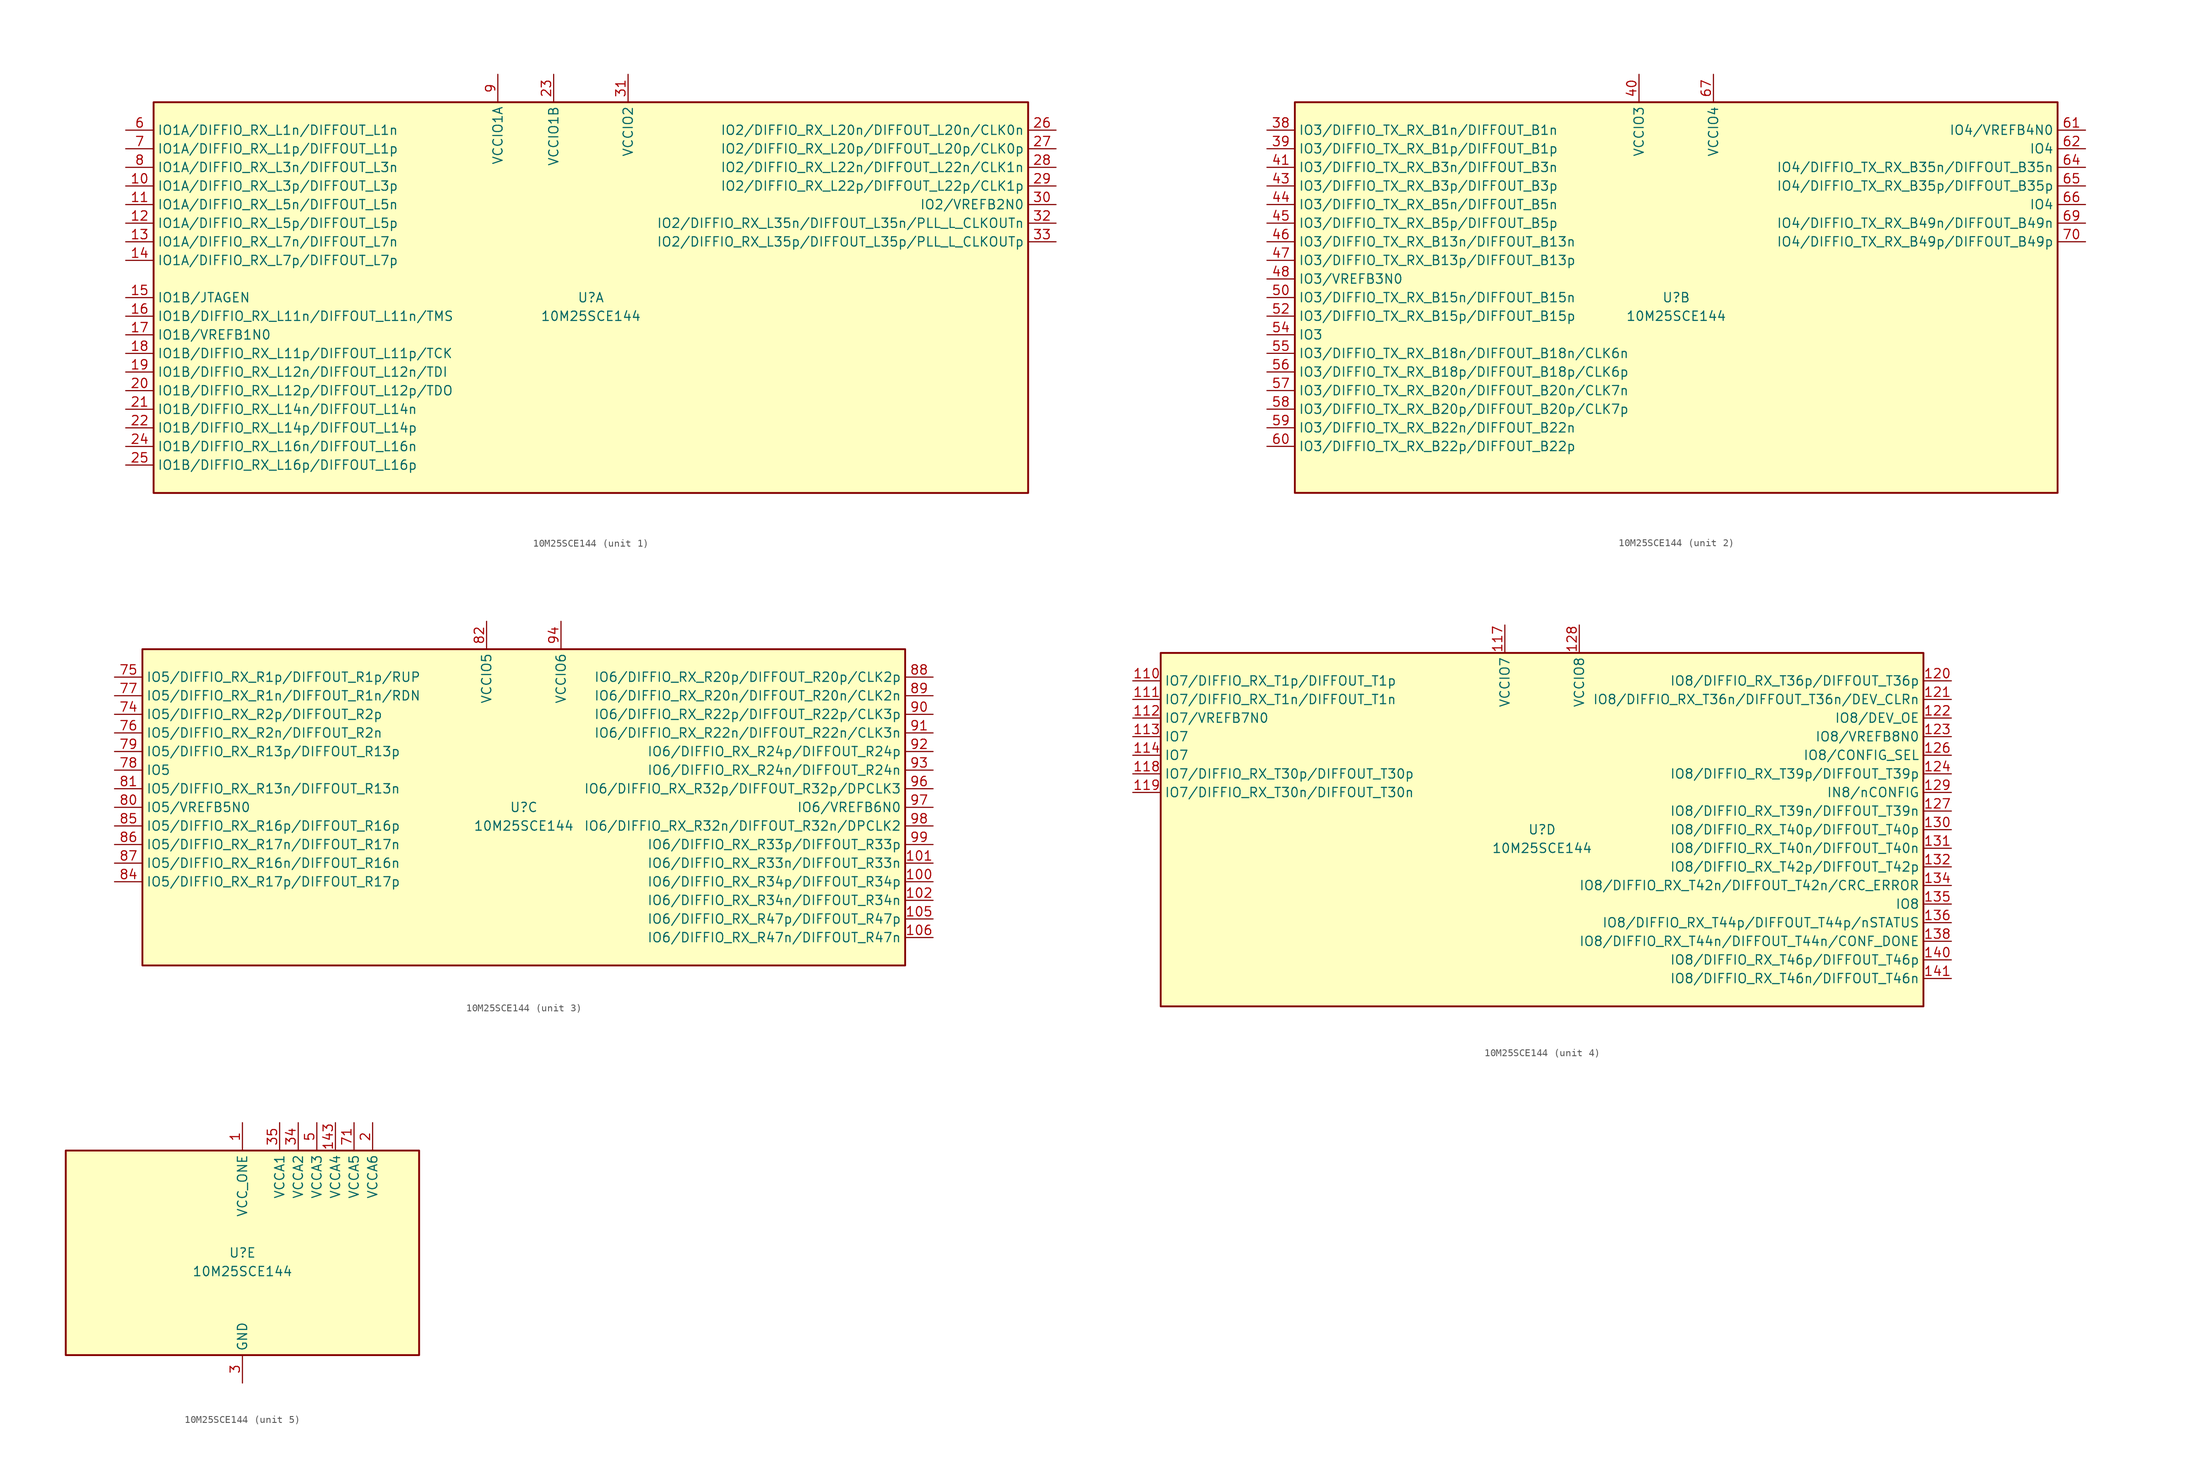
<source format=kicad_sym>
(kicad_symbol_lib
  (version 20220914)
  (generator kicad_symbol_editor)
  (symbol "10M25SCE144"
    (property "Reference" "U"
      (at 0 0 0)
      (effects (font (size 1.27 1.27))))
    (property "Value" "10M25SCE144"
      (at 0 -2.54 0)
      (effects (font (size 1.27 1.27))))
    (property "ki_locked" ""
      (at 0 0 0)
      (effects (font (size 1.27 1.27))))
    (symbol "10M25SCE144_1_1"
      (rectangle (start -59.69 26.67) (end 59.69 -26.67) (stroke (width 0.254) (type default)) (fill (type background)))
      (pin bidirectional line (at -63.5 15.24 0) (length 3.81) (name "IO1A/DIFFIO_RX_L3p/DIFFOUT_L3p" (effects (font (size 1.27 1.27)))) (number "10" (effects (font (size 1.27 1.27)))))
      (pin bidirectional line (at -63.5 12.7 0) (length 3.81) (name "IO1A/DIFFIO_RX_L5n/DIFFOUT_L5n" (effects (font (size 1.27 1.27)))) (number "11" (effects (font (size 1.27 1.27)))))
      (pin bidirectional line (at -63.5 10.16 0) (length 3.81) (name "IO1A/DIFFIO_RX_L5p/DIFFOUT_L5p" (effects (font (size 1.27 1.27)))) (number "12" (effects (font (size 1.27 1.27)))))
      (pin bidirectional line (at -63.5 7.62 0) (length 3.81) (name "IO1A/DIFFIO_RX_L7n/DIFFOUT_L7n" (effects (font (size 1.27 1.27)))) (number "13" (effects (font (size 1.27 1.27)))))
      (pin bidirectional line (at -63.5 5.08 0) (length 3.81) (name "IO1A/DIFFIO_RX_L7p/DIFFOUT_L7p" (effects (font (size 1.27 1.27)))) (number "14" (effects (font (size 1.27 1.27)))))
      (pin bidirectional line (at -63.5 0 0) (length 3.81) (name "IO1B/JTAGEN" (effects (font (size 1.27 1.27)))) (number "15" (effects (font (size 1.27 1.27)))))
      (pin bidirectional line (at -63.5 -2.54 0) (length 3.81) (name "IO1B/DIFFIO_RX_L11n/DIFFOUT_L11n/TMS" (effects (font (size 1.27 1.27)))) (number "16" (effects (font (size 1.27 1.27)))))
      (pin bidirectional line (at -63.5 -5.08 0) (length 3.81) (name "IO1B/VREFB1N0" (effects (font (size 1.27 1.27)))) (number "17" (effects (font (size 1.27 1.27)))))
      (pin bidirectional line (at -63.5 -7.62 0) (length 3.81) (name "IO1B/DIFFIO_RX_L11p/DIFFOUT_L11p/TCK" (effects (font (size 1.27 1.27)))) (number "18" (effects (font (size 1.27 1.27)))))
      (pin bidirectional line (at -63.5 -10.16 0) (length 3.81) (name "IO1B/DIFFIO_RX_L12n/DIFFOUT_L12n/TDI" (effects (font (size 1.27 1.27)))) (number "19" (effects (font (size 1.27 1.27)))))
      (pin bidirectional line (at -63.5 -12.7 0) (length 3.81) (name "IO1B/DIFFIO_RX_L12p/DIFFOUT_L12p/TDO" (effects (font (size 1.27 1.27)))) (number "20" (effects (font (size 1.27 1.27)))))
      (pin bidirectional line (at -63.5 -15.24 0) (length 3.81) (name "IO1B/DIFFIO_RX_L14n/DIFFOUT_L14n" (effects (font (size 1.27 1.27)))) (number "21" (effects (font (size 1.27 1.27)))))
      (pin bidirectional line (at -63.5 -17.78 0) (length 3.81) (name "IO1B/DIFFIO_RX_L14p/DIFFOUT_L14p" (effects (font (size 1.27 1.27)))) (number "22" (effects (font (size 1.27 1.27)))))
      (pin power_in line (at -5.08 30.48 270) (length 3.81) (name "VCCIO1B" (effects (font (size 1.27 1.27)))) (number "23" (effects (font (size 1.27 1.27)))))
      (pin bidirectional line (at -63.5 -20.32 0) (length 3.81) (name "IO1B/DIFFIO_RX_L16n/DIFFOUT_L16n" (effects (font (size 1.27 1.27)))) (number "24" (effects (font (size 1.27 1.27)))))
      (pin bidirectional line (at -63.5 -22.86 0) (length 3.81) (name "IO1B/DIFFIO_RX_L16p/DIFFOUT_L16p" (effects (font (size 1.27 1.27)))) (number "25" (effects (font (size 1.27 1.27)))))
      (pin bidirectional line (at 63.5 22.86 180) (length 3.81) (name "IO2/DIFFIO_RX_L20n/DIFFOUT_L20n/CLK0n" (effects (font (size 1.27 1.27)))) (number "26" (effects (font (size 1.27 1.27)))))
      (pin bidirectional line (at 63.5 20.32 180) (length 3.81) (name "IO2/DIFFIO_RX_L20p/DIFFOUT_L20p/CLK0p" (effects (font (size 1.27 1.27)))) (number "27" (effects (font (size 1.27 1.27)))))
      (pin bidirectional line (at 63.5 17.78 180) (length 3.81) (name "IO2/DIFFIO_RX_L22n/DIFFOUT_L22n/CLK1n" (effects (font (size 1.27 1.27)))) (number "28" (effects (font (size 1.27 1.27)))))
      (pin bidirectional line (at 63.5 15.24 180) (length 3.81) (name "IO2/DIFFIO_RX_L22p/DIFFOUT_L22p/CLK1p" (effects (font (size 1.27 1.27)))) (number "29" (effects (font (size 1.27 1.27)))))
      (pin bidirectional line (at 63.5 12.7 180) (length 3.81) (name "IO2/VREFB2N0" (effects (font (size 1.27 1.27)))) (number "30" (effects (font (size 1.27 1.27)))))
      (pin power_in line (at 5.08 30.48 270) (length 3.81) (name "VCCIO2" (effects (font (size 1.27 1.27)))) (number "31" (effects (font (size 1.27 1.27)))))
      (pin bidirectional line (at 63.5 10.16 180) (length 3.81) (name "IO2/DIFFIO_RX_L35n/DIFFOUT_L35n/PLL_L_CLKOUTn" (effects (font (size 1.27 1.27)))) (number "32" (effects (font (size 1.27 1.27)))))
      (pin bidirectional line (at 63.5 7.62 180) (length 3.81) (name "IO2/DIFFIO_RX_L35p/DIFFOUT_L35p/PLL_L_CLKOUTp" (effects (font (size 1.27 1.27)))) (number "33" (effects (font (size 1.27 1.27)))))
      (pin bidirectional line (at -63.5 22.86 0) (length 3.81) (name "IO1A/DIFFIO_RX_L1n/DIFFOUT_L1n" (effects (font (size 1.27 1.27)))) (number "6" (effects (font (size 1.27 1.27)))))
      (pin bidirectional line (at -63.5 20.32 0) (length 3.81) (name "IO1A/DIFFIO_RX_L1p/DIFFOUT_L1p" (effects (font (size 1.27 1.27)))) (number "7" (effects (font (size 1.27 1.27)))))
      (pin bidirectional line (at -63.5 17.78 0) (length 3.81) (name "IO1A/DIFFIO_RX_L3n/DIFFOUT_L3n" (effects (font (size 1.27 1.27)))) (number "8" (effects (font (size 1.27 1.27)))))
      (pin power_in line (at -12.7 30.48 270) (length 3.81) (name "VCCIO1A" (effects (font (size 1.27 1.27)))) (number "9" (effects (font (size 1.27 1.27))))))
    (symbol "10M25SCE144_2_1"
      (rectangle (start -52.07 26.67) (end 52.07 -26.67) (stroke (width 0.254) (type default)) (fill (type background)))
      (pin bidirectional line (at -55.88 22.86 0) (length 3.81) (name "IO3/DIFFIO_TX_RX_B1n/DIFFOUT_B1n" (effects (font (size 1.27 1.27)))) (number "38" (effects (font (size 1.27 1.27)))))
      (pin bidirectional line (at -55.88 20.32 0) (length 3.81) (name "IO3/DIFFIO_TX_RX_B1p/DIFFOUT_B1p" (effects (font (size 1.27 1.27)))) (number "39" (effects (font (size 1.27 1.27)))))
      (pin power_in line (at -5.08 30.48 270) (length 3.81) (name "VCCIO3" (effects (font (size 1.27 1.27)))) (number "40" (effects (font (size 1.27 1.27)))))
      (pin bidirectional line (at -55.88 17.78 0) (length 3.81) (name "IO3/DIFFIO_TX_RX_B3n/DIFFOUT_B3n" (effects (font (size 1.27 1.27)))) (number "41" (effects (font (size 1.27 1.27)))))
      (pin bidirectional line (at -55.88 15.24 0) (length 3.81) (name "IO3/DIFFIO_TX_RX_B3p/DIFFOUT_B3p" (effects (font (size 1.27 1.27)))) (number "43" (effects (font (size 1.27 1.27)))))
      (pin bidirectional line (at -55.88 12.7 0) (length 3.81) (name "IO3/DIFFIO_TX_RX_B5n/DIFFOUT_B5n" (effects (font (size 1.27 1.27)))) (number "44" (effects (font (size 1.27 1.27)))))
      (pin bidirectional line (at -55.88 10.16 0) (length 3.81) (name "IO3/DIFFIO_TX_RX_B5p/DIFFOUT_B5p" (effects (font (size 1.27 1.27)))) (number "45" (effects (font (size 1.27 1.27)))))
      (pin bidirectional line (at -55.88 7.62 0) (length 3.81) (name "IO3/DIFFIO_TX_RX_B13n/DIFFOUT_B13n" (effects (font (size 1.27 1.27)))) (number "46" (effects (font (size 1.27 1.27)))))
      (pin bidirectional line (at -55.88 5.08 0) (length 3.81) (name "IO3/DIFFIO_TX_RX_B13p/DIFFOUT_B13p" (effects (font (size 1.27 1.27)))) (number "47" (effects (font (size 1.27 1.27)))))
      (pin bidirectional line (at -55.88 2.54 0) (length 3.81) (name "IO3/VREFB3N0" (effects (font (size 1.27 1.27)))) (number "48" (effects (font (size 1.27 1.27)))))
      (pin passive line (at -5.08 30.48 270) (length 3.81) hide (name "VCCIO3" (effects (font (size 1.27 1.27)))) (number "49" (effects (font (size 1.27 1.27)))))
      (pin bidirectional line (at -55.88 0 0) (length 3.81) (name "IO3/DIFFIO_TX_RX_B15n/DIFFOUT_B15n" (effects (font (size 1.27 1.27)))) (number "50" (effects (font (size 1.27 1.27)))))
      (pin bidirectional line (at -55.88 -2.54 0) (length 3.81) (name "IO3/DIFFIO_TX_RX_B15p/DIFFOUT_B15p" (effects (font (size 1.27 1.27)))) (number "52" (effects (font (size 1.27 1.27)))))
      (pin bidirectional line (at -55.88 -5.08 0) (length 3.81) (name "IO3" (effects (font (size 1.27 1.27)))) (number "54" (effects (font (size 1.27 1.27)))))
      (pin bidirectional line (at -55.88 -7.62 0) (length 3.81) (name "IO3/DIFFIO_TX_RX_B18n/DIFFOUT_B18n/CLK6n" (effects (font (size 1.27 1.27)))) (number "55" (effects (font (size 1.27 1.27)))))
      (pin bidirectional line (at -55.88 -10.16 0) (length 3.81) (name "IO3/DIFFIO_TX_RX_B18p/DIFFOUT_B18p/CLK6p" (effects (font (size 1.27 1.27)))) (number "56" (effects (font (size 1.27 1.27)))))
      (pin bidirectional line (at -55.88 -12.7 0) (length 3.81) (name "IO3/DIFFIO_TX_RX_B20n/DIFFOUT_B20n/CLK7n" (effects (font (size 1.27 1.27)))) (number "57" (effects (font (size 1.27 1.27)))))
      (pin bidirectional line (at -55.88 -15.24 0) (length 3.81) (name "IO3/DIFFIO_TX_RX_B20p/DIFFOUT_B20p/CLK7p" (effects (font (size 1.27 1.27)))) (number "58" (effects (font (size 1.27 1.27)))))
      (pin bidirectional line (at -55.88 -17.78 0) (length 3.81) (name "IO3/DIFFIO_TX_RX_B22n/DIFFOUT_B22n" (effects (font (size 1.27 1.27)))) (number "59" (effects (font (size 1.27 1.27)))))
      (pin bidirectional line (at -55.88 -20.32 0) (length 3.81) (name "IO3/DIFFIO_TX_RX_B22p/DIFFOUT_B22p" (effects (font (size 1.27 1.27)))) (number "60" (effects (font (size 1.27 1.27)))))
      (pin bidirectional line (at 55.88 22.86 180) (length 3.81) (name "IO4/VREFB4N0" (effects (font (size 1.27 1.27)))) (number "61" (effects (font (size 1.27 1.27)))))
      (pin bidirectional line (at 55.88 20.32 180) (length 3.81) (name "IO4" (effects (font (size 1.27 1.27)))) (number "62" (effects (font (size 1.27 1.27)))))
      (pin bidirectional line (at 55.88 17.78 180) (length 3.81) (name "IO4/DIFFIO_TX_RX_B35n/DIFFOUT_B35n" (effects (font (size 1.27 1.27)))) (number "64" (effects (font (size 1.27 1.27)))))
      (pin bidirectional line (at 55.88 15.24 180) (length 3.81) (name "IO4/DIFFIO_TX_RX_B35p/DIFFOUT_B35p" (effects (font (size 1.27 1.27)))) (number "65" (effects (font (size 1.27 1.27)))))
      (pin bidirectional line (at 55.88 12.7 180) (length 3.81) (name "IO4" (effects (font (size 1.27 1.27)))) (number "66" (effects (font (size 1.27 1.27)))))
      (pin power_in line (at 5.08 30.48 270) (length 3.81) (name "VCCIO4" (effects (font (size 1.27 1.27)))) (number "67" (effects (font (size 1.27 1.27)))))
      (pin bidirectional line (at 55.88 10.16 180) (length 3.81) (name "IO4/DIFFIO_TX_RX_B49n/DIFFOUT_B49n" (effects (font (size 1.27 1.27)))) (number "69" (effects (font (size 1.27 1.27)))))
      (pin bidirectional line (at 55.88 7.62 180) (length 3.81) (name "IO4/DIFFIO_TX_RX_B49p/DIFFOUT_B49p" (effects (font (size 1.27 1.27)))) (number "70" (effects (font (size 1.27 1.27))))))
    (symbol "10M25SCE144_3_1"
      (rectangle (start -52.07 21.59) (end 52.07 -21.59) (stroke (width 0.254) (type default)) (fill (type background)))
      (pin bidirectional line (at 55.88 -10.16 180) (length 3.81) (name "IO6/DIFFIO_RX_R34p/DIFFOUT_R34p" (effects (font (size 1.27 1.27)))) (number "100" (effects (font (size 1.27 1.27)))))
      (pin bidirectional line (at 55.88 -7.62 180) (length 3.81) (name "IO6/DIFFIO_RX_R33n/DIFFOUT_R33n" (effects (font (size 1.27 1.27)))) (number "101" (effects (font (size 1.27 1.27)))))
      (pin bidirectional line (at 55.88 -12.7 180) (length 3.81) (name "IO6/DIFFIO_RX_R34n/DIFFOUT_R34n" (effects (font (size 1.27 1.27)))) (number "102" (effects (font (size 1.27 1.27)))))
      (pin passive line (at 5.08 25.4 270) (length 3.81) hide (name "VCCIO6" (effects (font (size 1.27 1.27)))) (number "103" (effects (font (size 1.27 1.27)))))
      (pin bidirectional line (at 55.88 -15.24 180) (length 3.81) (name "IO6/DIFFIO_RX_R47p/DIFFOUT_R47p" (effects (font (size 1.27 1.27)))) (number "105" (effects (font (size 1.27 1.27)))))
      (pin bidirectional line (at 55.88 -17.78 180) (length 3.81) (name "IO6/DIFFIO_RX_R47n/DIFFOUT_R47n" (effects (font (size 1.27 1.27)))) (number "106" (effects (font (size 1.27 1.27)))))
      (pin bidirectional line (at -55.88 12.7 0) (length 3.81) (name "IO5/DIFFIO_RX_R2p/DIFFOUT_R2p" (effects (font (size 1.27 1.27)))) (number "74" (effects (font (size 1.27 1.27)))))
      (pin bidirectional line (at -55.88 17.78 0) (length 3.81) (name "IO5/DIFFIO_RX_R1p/DIFFOUT_R1p/RUP" (effects (font (size 1.27 1.27)))) (number "75" (effects (font (size 1.27 1.27)))))
      (pin bidirectional line (at -55.88 10.16 0) (length 3.81) (name "IO5/DIFFIO_RX_R2n/DIFFOUT_R2n" (effects (font (size 1.27 1.27)))) (number "76" (effects (font (size 1.27 1.27)))))
      (pin bidirectional line (at -55.88 15.24 0) (length 3.81) (name "IO5/DIFFIO_RX_R1n/DIFFOUT_R1n/RDN" (effects (font (size 1.27 1.27)))) (number "77" (effects (font (size 1.27 1.27)))))
      (pin bidirectional line (at -55.88 5.08 0) (length 3.81) (name "IO5" (effects (font (size 1.27 1.27)))) (number "78" (effects (font (size 1.27 1.27)))))
      (pin bidirectional line (at -55.88 7.62 0) (length 3.81) (name "IO5/DIFFIO_RX_R13p/DIFFOUT_R13p" (effects (font (size 1.27 1.27)))) (number "79" (effects (font (size 1.27 1.27)))))
      (pin bidirectional line (at -55.88 0 0) (length 3.81) (name "IO5/VREFB5N0" (effects (font (size 1.27 1.27)))) (number "80" (effects (font (size 1.27 1.27)))))
      (pin bidirectional line (at -55.88 2.54 0) (length 3.81) (name "IO5/DIFFIO_RX_R13n/DIFFOUT_R13n" (effects (font (size 1.27 1.27)))) (number "81" (effects (font (size 1.27 1.27)))))
      (pin power_in line (at -5.08 25.4 270) (length 3.81) (name "VCCIO5" (effects (font (size 1.27 1.27)))) (number "82" (effects (font (size 1.27 1.27)))))
      (pin bidirectional line (at -55.88 -10.16 0) (length 3.81) (name "IO5/DIFFIO_RX_R17p/DIFFOUT_R17p" (effects (font (size 1.27 1.27)))) (number "84" (effects (font (size 1.27 1.27)))))
      (pin bidirectional line (at -55.88 -2.54 0) (length 3.81) (name "IO5/DIFFIO_RX_R16p/DIFFOUT_R16p" (effects (font (size 1.27 1.27)))) (number "85" (effects (font (size 1.27 1.27)))))
      (pin bidirectional line (at -55.88 -5.08 0) (length 3.81) (name "IO5/DIFFIO_RX_R17n/DIFFOUT_R17n" (effects (font (size 1.27 1.27)))) (number "86" (effects (font (size 1.27 1.27)))))
      (pin bidirectional line (at -55.88 -7.62 0) (length 3.81) (name "IO5/DIFFIO_RX_R16n/DIFFOUT_R16n" (effects (font (size 1.27 1.27)))) (number "87" (effects (font (size 1.27 1.27)))))
      (pin bidirectional line (at 55.88 17.78 180) (length 3.81) (name "IO6/DIFFIO_RX_R20p/DIFFOUT_R20p/CLK2p" (effects (font (size 1.27 1.27)))) (number "88" (effects (font (size 1.27 1.27)))))
      (pin bidirectional line (at 55.88 15.24 180) (length 3.81) (name "IO6/DIFFIO_RX_R20n/DIFFOUT_R20n/CLK2n" (effects (font (size 1.27 1.27)))) (number "89" (effects (font (size 1.27 1.27)))))
      (pin bidirectional line (at 55.88 12.7 180) (length 3.81) (name "IO6/DIFFIO_RX_R22p/DIFFOUT_R22p/CLK3p" (effects (font (size 1.27 1.27)))) (number "90" (effects (font (size 1.27 1.27)))))
      (pin bidirectional line (at 55.88 10.16 180) (length 3.81) (name "IO6/DIFFIO_RX_R22n/DIFFOUT_R22n/CLK3n" (effects (font (size 1.27 1.27)))) (number "91" (effects (font (size 1.27 1.27)))))
      (pin bidirectional line (at 55.88 7.62 180) (length 3.81) (name "IO6/DIFFIO_RX_R24p/DIFFOUT_R24p" (effects (font (size 1.27 1.27)))) (number "92" (effects (font (size 1.27 1.27)))))
      (pin bidirectional line (at 55.88 5.08 180) (length 3.81) (name "IO6/DIFFIO_RX_R24n/DIFFOUT_R24n" (effects (font (size 1.27 1.27)))) (number "93" (effects (font (size 1.27 1.27)))))
      (pin power_in line (at 5.08 25.4 270) (length 3.81) (name "VCCIO6" (effects (font (size 1.27 1.27)))) (number "94" (effects (font (size 1.27 1.27)))))
      (pin bidirectional line (at 55.88 2.54 180) (length 3.81) (name "IO6/DIFFIO_RX_R32p/DIFFOUT_R32p/DPCLK3" (effects (font (size 1.27 1.27)))) (number "96" (effects (font (size 1.27 1.27)))))
      (pin bidirectional line (at 55.88 0 180) (length 3.81) (name "IO6/VREFB6N0" (effects (font (size 1.27 1.27)))) (number "97" (effects (font (size 1.27 1.27)))))
      (pin bidirectional line (at 55.88 -2.54 180) (length 3.81) (name "IO6/DIFFIO_RX_R32n/DIFFOUT_R32n/DPCLK2" (effects (font (size 1.27 1.27)))) (number "98" (effects (font (size 1.27 1.27)))))
      (pin bidirectional line (at 55.88 -5.08 180) (length 3.81) (name "IO6/DIFFIO_RX_R33p/DIFFOUT_R33p" (effects (font (size 1.27 1.27)))) (number "99" (effects (font (size 1.27 1.27))))))
    (symbol "10M25SCE144_4_1"
      (rectangle (start -52.07 24.13) (end 52.07 -24.13) (stroke (width 0.254) (type default)) (fill (type background)))
      (pin bidirectional line (at -55.88 20.32 0) (length 3.81) (name "IO7/DIFFIO_RX_T1p/DIFFOUT_T1p" (effects (font (size 1.27 1.27)))) (number "110" (effects (font (size 1.27 1.27)))))
      (pin bidirectional line (at -55.88 17.78 0) (length 3.81) (name "IO7/DIFFIO_RX_T1n/DIFFOUT_T1n" (effects (font (size 1.27 1.27)))) (number "111" (effects (font (size 1.27 1.27)))))
      (pin bidirectional line (at -55.88 15.24 0) (length 3.81) (name "IO7/VREFB7N0" (effects (font (size 1.27 1.27)))) (number "112" (effects (font (size 1.27 1.27)))))
      (pin bidirectional line (at -55.88 12.7 0) (length 3.81) (name "IO7" (effects (font (size 1.27 1.27)))) (number "113" (effects (font (size 1.27 1.27)))))
      (pin bidirectional line (at -55.88 10.16 0) (length 3.81) (name "IO7" (effects (font (size 1.27 1.27)))) (number "114" (effects (font (size 1.27 1.27)))))
      (pin power_in line (at -5.08 27.94 270) (length 3.81) (name "VCCIO7" (effects (font (size 1.27 1.27)))) (number "117" (effects (font (size 1.27 1.27)))))
      (pin bidirectional line (at -55.88 7.62 0) (length 3.81) (name "IO7/DIFFIO_RX_T30p/DIFFOUT_T30p" (effects (font (size 1.27 1.27)))) (number "118" (effects (font (size 1.27 1.27)))))
      (pin bidirectional line (at -55.88 5.08 0) (length 3.81) (name "IO7/DIFFIO_RX_T30n/DIFFOUT_T30n" (effects (font (size 1.27 1.27)))) (number "119" (effects (font (size 1.27 1.27)))))
      (pin bidirectional line (at 55.88 20.32 180) (length 3.81) (name "IO8/DIFFIO_RX_T36p/DIFFOUT_T36p" (effects (font (size 1.27 1.27)))) (number "120" (effects (font (size 1.27 1.27)))))
      (pin bidirectional line (at 55.88 17.78 180) (length 3.81) (name "IO8/DIFFIO_RX_T36n/DIFFOUT_T36n/DEV_CLRn" (effects (font (size 1.27 1.27)))) (number "121" (effects (font (size 1.27 1.27)))))
      (pin bidirectional line (at 55.88 15.24 180) (length 3.81) (name "IO8/DEV_OE" (effects (font (size 1.27 1.27)))) (number "122" (effects (font (size 1.27 1.27)))))
      (pin bidirectional line (at 55.88 12.7 180) (length 3.81) (name "IO8/VREFB8N0" (effects (font (size 1.27 1.27)))) (number "123" (effects (font (size 1.27 1.27)))))
      (pin bidirectional line (at 55.88 7.62 180) (length 3.81) (name "IO8/DIFFIO_RX_T39p/DIFFOUT_T39p" (effects (font (size 1.27 1.27)))) (number "124" (effects (font (size 1.27 1.27)))))
      (pin bidirectional line (at 55.88 10.16 180) (length 3.81) (name "IO8/CONFIG_SEL" (effects (font (size 1.27 1.27)))) (number "126" (effects (font (size 1.27 1.27)))))
      (pin bidirectional line (at 55.88 2.54 180) (length 3.81) (name "IO8/DIFFIO_RX_T39n/DIFFOUT_T39n" (effects (font (size 1.27 1.27)))) (number "127" (effects (font (size 1.27 1.27)))))
      (pin power_in line (at 5.08 27.94 270) (length 3.81) (name "VCCIO8" (effects (font (size 1.27 1.27)))) (number "128" (effects (font (size 1.27 1.27)))))
      (pin input line (at 55.88 5.08 180) (length 3.81) (name "IN8/nCONFIG" (effects (font (size 1.27 1.27)))) (number "129" (effects (font (size 1.27 1.27)))))
      (pin bidirectional line (at 55.88 0 180) (length 3.81) (name "IO8/DIFFIO_RX_T40p/DIFFOUT_T40p" (effects (font (size 1.27 1.27)))) (number "130" (effects (font (size 1.27 1.27)))))
      (pin bidirectional line (at 55.88 -2.54 180) (length 3.81) (name "IO8/DIFFIO_RX_T40n/DIFFOUT_T40n" (effects (font (size 1.27 1.27)))) (number "131" (effects (font (size 1.27 1.27)))))
      (pin bidirectional line (at 55.88 -5.08 180) (length 3.81) (name "IO8/DIFFIO_RX_T42p/DIFFOUT_T42p" (effects (font (size 1.27 1.27)))) (number "132" (effects (font (size 1.27 1.27)))))
      (pin bidirectional line (at 55.88 -7.62 180) (length 3.81) (name "IO8/DIFFIO_RX_T42n/DIFFOUT_T42n/CRC_ERROR" (effects (font (size 1.27 1.27)))) (number "134" (effects (font (size 1.27 1.27)))))
      (pin bidirectional line (at 55.88 -10.16 180) (length 3.81) (name "IO8" (effects (font (size 1.27 1.27)))) (number "135" (effects (font (size 1.27 1.27)))))
      (pin bidirectional line (at 55.88 -12.7 180) (length 3.81) (name "IO8/DIFFIO_RX_T44p/DIFFOUT_T44p/nSTATUS" (effects (font (size 1.27 1.27)))) (number "136" (effects (font (size 1.27 1.27)))))
      (pin bidirectional line (at 55.88 -15.24 180) (length 3.81) (name "IO8/DIFFIO_RX_T44n/DIFFOUT_T44n/CONF_DONE" (effects (font (size 1.27 1.27)))) (number "138" (effects (font (size 1.27 1.27)))))
      (pin passive line (at 5.08 27.94 270) (length 3.81) hide (name "VCCIO8" (effects (font (size 1.27 1.27)))) (number "139" (effects (font (size 1.27 1.27)))))
      (pin bidirectional line (at 55.88 -17.78 180) (length 3.81) (name "IO8/DIFFIO_RX_T46p/DIFFOUT_T46p" (effects (font (size 1.27 1.27)))) (number "140" (effects (font (size 1.27 1.27)))))
      (pin bidirectional line (at 55.88 -20.32 180) (length 3.81) (name "IO8/DIFFIO_RX_T46n/DIFFOUT_T46n" (effects (font (size 1.27 1.27)))) (number "141" (effects (font (size 1.27 1.27))))))
    (symbol "10M25SCE144_5_1"
      (rectangle (start -24.13 13.97) (end 24.13 -13.97) (stroke (width 0.254) (type default)) (fill (type background)))
      (pin power_in line (at 0 17.78 270) (length 3.81) (name "VCC_ONE" (effects (font (size 1.27 1.27)))) (number "1" (effects (font (size 1.27 1.27)))))
      (pin passive line (at 0 -17.78 90) (length 3.81) hide (name "GND" (effects (font (size 1.27 1.27)))) (number "104" (effects (font (size 1.27 1.27)))))
      (pin passive line (at 10.16 17.78 270) (length 3.81) hide (name "VCCA3" (effects (font (size 1.27 1.27)))) (number "107" (effects (font (size 1.27 1.27)))))
      (pin passive line (at 0 17.78 270) (length 3.81) hide (name "VCC_ONE" (effects (font (size 1.27 1.27)))) (number "108" (effects (font (size 1.27 1.27)))))
      (pin passive line (at 0 17.78 270) (length 3.81) hide (name "VCC_ONE" (effects (font (size 1.27 1.27)))) (number "109" (effects (font (size 1.27 1.27)))))
      (pin passive line (at 0 17.78 270) (length 3.81) hide (name "VCC_ONE" (effects (font (size 1.27 1.27)))) (number "115" (effects (font (size 1.27 1.27)))))
      (pin passive line (at 0 -17.78 90) (length 3.81) hide (name "GND" (effects (font (size 1.27 1.27)))) (number "116" (effects (font (size 1.27 1.27)))))
      (pin passive line (at 0 -17.78 90) (length 3.81) hide (name "GND" (effects (font (size 1.27 1.27)))) (number "125" (effects (font (size 1.27 1.27)))))
      (pin passive line (at 0 -17.78 90) (length 3.81) hide (name "GND" (effects (font (size 1.27 1.27)))) (number "133" (effects (font (size 1.27 1.27)))))
      (pin passive line (at 0 -17.78 90) (length 3.81) hide (name "GND" (effects (font (size 1.27 1.27)))) (number "137" (effects (font (size 1.27 1.27)))))
      (pin passive line (at 0 -17.78 90) (length 3.81) hide (name "GND" (effects (font (size 1.27 1.27)))) (number "142" (effects (font (size 1.27 1.27)))))
      (pin power_in line (at 12.7 17.78 270) (length 3.81) (name "VCCA4" (effects (font (size 1.27 1.27)))) (number "143" (effects (font (size 1.27 1.27)))))
      (pin passive line (at 0 17.78 270) (length 3.81) hide (name "VCC_ONE" (effects (font (size 1.27 1.27)))) (number "144" (effects (font (size 1.27 1.27)))))
      (pin passive line (at 0 -17.78 90) (length 3.81) hide (name "GND" (effects (font (size 1.27 1.27)))) (number "145" (effects (font (size 1.27 1.27)))))
      (pin power_in line (at 17.78 17.78 270) (length 3.81) (name "VCCA6" (effects (font (size 1.27 1.27)))) (number "2" (effects (font (size 1.27 1.27)))))
      (pin power_in line (at 0 -17.78 90) (length 3.81) (name "GND" (effects (font (size 1.27 1.27)))) (number "3" (effects (font (size 1.27 1.27)))))
      (pin power_in line (at 7.62 17.78 270) (length 3.81) (name "VCCA2" (effects (font (size 1.27 1.27)))) (number "34" (effects (font (size 1.27 1.27)))))
      (pin power_in line (at 5.08 17.78 270) (length 3.81) (name "VCCA1" (effects (font (size 1.27 1.27)))) (number "35" (effects (font (size 1.27 1.27)))))
      (pin passive line (at 0 17.78 270) (length 3.81) hide (name "VCC_ONE" (effects (font (size 1.27 1.27)))) (number "36" (effects (font (size 1.27 1.27)))))
      (pin passive line (at 0 17.78 270) (length 3.81) hide (name "VCC_ONE" (effects (font (size 1.27 1.27)))) (number "37" (effects (font (size 1.27 1.27)))))
      (pin passive line (at 0 -17.78 90) (length 3.81) hide (name "GND" (effects (font (size 1.27 1.27)))) (number "4" (effects (font (size 1.27 1.27)))))
      (pin passive line (at 0 -17.78 90) (length 3.81) hide (name "GND" (effects (font (size 1.27 1.27)))) (number "42" (effects (font (size 1.27 1.27)))))
      (pin power_in line (at 10.16 17.78 270) (length 3.81) (name "VCCA3" (effects (font (size 1.27 1.27)))) (number "5" (effects (font (size 1.27 1.27)))))
      (pin passive line (at 0 17.78 270) (length 3.81) hide (name "VCC_ONE" (effects (font (size 1.27 1.27)))) (number "51" (effects (font (size 1.27 1.27)))))
      (pin passive line (at 0 -17.78 90) (length 3.81) hide (name "GND" (effects (font (size 1.27 1.27)))) (number "53" (effects (font (size 1.27 1.27)))))
      (pin passive line (at 0 -17.78 90) (length 3.81) hide (name "GND" (effects (font (size 1.27 1.27)))) (number "63" (effects (font (size 1.27 1.27)))))
      (pin passive line (at 0 -17.78 90) (length 3.81) hide (name "GND" (effects (font (size 1.27 1.27)))) (number "68" (effects (font (size 1.27 1.27)))))
      (pin power_in line (at 15.24 17.78 270) (length 3.81) (name "VCCA5" (effects (font (size 1.27 1.27)))) (number "71" (effects (font (size 1.27 1.27)))))
      (pin passive line (at 0 17.78 270) (length 3.81) hide (name "VCC_ONE" (effects (font (size 1.27 1.27)))) (number "72" (effects (font (size 1.27 1.27)))))
      (pin passive line (at 0 17.78 270) (length 3.81) hide (name "VCC_ONE" (effects (font (size 1.27 1.27)))) (number "73" (effects (font (size 1.27 1.27)))))
      (pin passive line (at 0 -17.78 90) (length 3.81) hide (name "GND" (effects (font (size 1.27 1.27)))) (number "83" (effects (font (size 1.27 1.27)))))
      (pin passive line (at 0 -17.78 90) (length 3.81) hide (name "GND" (effects (font (size 1.27 1.27)))) (number "95" (effects (font (size 1.27 1.27))))))))
</source>
